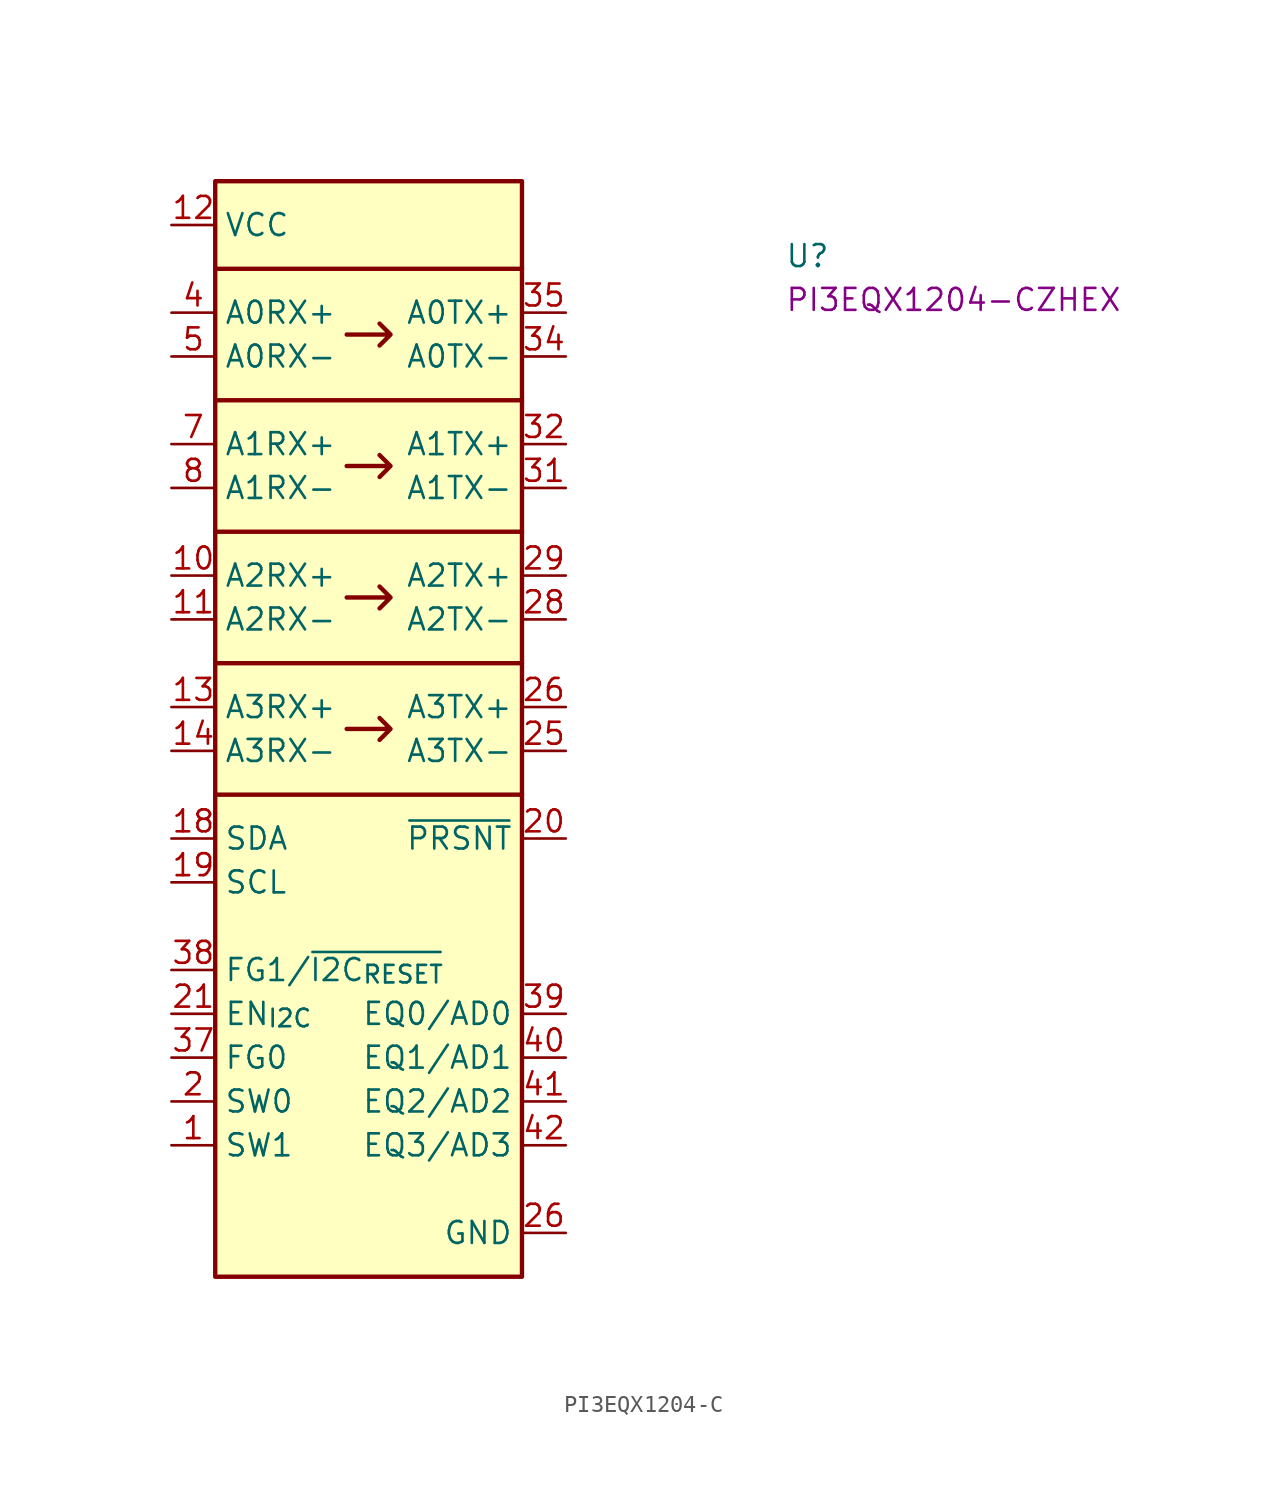
<source format=kicad_sym>
(kicad_symbol_lib
  (version 20220914)
  (generator kicad_symbol_editor)
  (symbol "PI3EQX1204-C"
    (property "Reference" "U"
      (at 35.56 -2.54 0)
      (effects (font (size 1.27 1.27) (thickness 0.15)) (justify left bottom)))
    (property "MPN" "PI3EQX1204-CZHEX"
      (at 35.56 -5.08 0)
      (effects (font (size 1.27 1.27) (thickness 0.15)) (justify left bottom)))
    (symbol "PI3EQX1204-C_1_1"
      (polyline (pts (xy 2.54 -25.4) (xy 20.32 -25.4)) (stroke (width 0.254) (type default)) (fill (type background)))
      (polyline (pts (xy 2.54 -17.78) (xy 20.32 -17.78)) (stroke (width 0.254) (type default)) (fill (type background)))
      (polyline (pts (xy 2.54 -10.16) (xy 20.32 -10.16)) (stroke (width 0.254) (type default)) (fill (type background)))
      (polyline (pts (xy 2.54 -2.54) (xy 20.32 -2.54)) (stroke (width 0.254) (type default)) (fill (type background)))
      (polyline (pts (xy 20.32 -33.02) (xy 2.54 -33.02)) (stroke (width 0.254) (type default)) (fill (type background)))
      (polyline (pts (xy 10.16 -29.21) (xy 12.7 -29.21) (xy 12.065 -28.575) (xy 12.7 -29.21) (xy 12.065 -29.845)) (stroke (width 0.254) (type default)) (fill (type background)))
      (polyline (pts (xy 10.16 -21.59) (xy 12.7 -21.59) (xy 12.065 -20.955) (xy 12.7 -21.59) (xy 12.065 -22.225)) (stroke (width 0.254) (type default)) (fill (type background)))
      (polyline (pts (xy 10.16 -13.97) (xy 12.7 -13.97) (xy 12.065 -13.335) (xy 12.7 -13.97) (xy 12.065 -14.605)) (stroke (width 0.254) (type default)) (fill (type background)))
      (polyline (pts (xy 10.16 -6.35) (xy 12.7 -6.35) (xy 12.065 -5.715) (xy 12.7 -6.35) (xy 12.065 -6.985)) (stroke (width 0.254) (type default)) (fill (type background)))
      (rectangle (start 2.54 2.54) (end 20.32 -60.96) (stroke (width 0.254) (type default)) (fill (type background)))
      (pin input line (at 0 -53.34 0) (length 2.54) (name "SW1" (effects (font (size 1.27 1.27)))) (number "1" (effects (font (size 1.27 1.27)))))
      (pin input line (at 0 -20.32 0) (length 2.54) (name "A2RX+" (effects (font (size 1.27 1.27)))) (number "10" (effects (font (size 1.27 1.27)))))
      (pin input line (at 0 -22.86 0) (length 2.54) (name "A2RX-" (effects (font (size 1.27 1.27)))) (number "11" (effects (font (size 1.27 1.27)))))
      (pin power_in line (at 0 0 0) (length 2.54) (name "VCC" (effects (font (size 1.27 1.27)))) (number "12" (effects (font (size 1.27 1.27)))))
      (pin input line (at 0 -27.94 0) (length 2.54) (name "A3RX+" (effects (font (size 1.27 1.27)))) (number "13" (effects (font (size 1.27 1.27)))))
      (pin input line (at 0 -30.48 0) (length 2.54) (name "A3RX-" (effects (font (size 1.27 1.27)))) (number "14" (effects (font (size 1.27 1.27)))))
      (pin passive line (at 0 0 0) (length 2.54) hide (name "VCC" (effects (font (size 1.27 1.27)))) (number "15" (effects (font (size 1.27 1.27)))))
      (pin no_connect line (at 20.32 -41.91 180) (length 2.54) hide (name "DNC" (effects (font (size 1.27 1.27)))) (number "16" (effects (font (size 1.27 1.27)))))
      (pin no_connect line (at 20.32 -38.1 180) (length 2.54) hide (name "DNC" (effects (font (size 1.27 1.27)))) (number "17" (effects (font (size 1.27 1.27)))))
      (pin open_collector line (at 0 -35.56 0) (length 2.54) (name "SDA" (effects (font (size 1.27 1.27)))) (number "18" (effects (font (size 1.27 1.27)))))
      (pin open_collector line (at 0 -38.1 0) (length 2.54) (name "SCL" (effects (font (size 1.27 1.27)))) (number "19" (effects (font (size 1.27 1.27)))))
      (pin input line (at 0 -50.8 0) (length 2.54) (name "SW0" (effects (font (size 1.27 1.27)))) (number "2" (effects (font (size 1.27 1.27)))))
      (pin input line (at 22.86 -35.56 180) (length 2.54) (name "~{PRSNT}" (effects (font (size 1.27 1.27)))) (number "20" (effects (font (size 1.27 1.27)))))
      (pin input line (at 0 -45.72 0) (length 2.54) (name "EN_{I2C}" (effects (font (size 1.27 1.27)))) (number "21" (effects (font (size 1.27 1.27)))))
      (pin no_connect line (at 20.32 -40.64 180) (length 2.54) hide (name "DNC" (effects (font (size 1.27 1.27)))) (number "22" (effects (font (size 1.27 1.27)))))
      (pin no_connect line (at 20.32 -39.37 180) (length 2.54) hide (name "DNC" (effects (font (size 1.27 1.27)))) (number "23" (effects (font (size 1.27 1.27)))))
      (pin passive line (at 0 0 0) (length 2.54) hide (name "VCC" (effects (font (size 1.27 1.27)))) (number "24" (effects (font (size 1.27 1.27)))))
      (pin output line (at 22.86 -30.48 180) (length 2.54) (name "A3TX-" (effects (font (size 1.27 1.27)))) (number "25" (effects (font (size 1.27 1.27)))))
      (pin input line (at 22.86 -27.94 180) (length 2.54) (name "A3TX+" (effects (font (size 1.27 1.27)))) (number "26" (effects (font (size 1.27 1.27)))))
      (pin power_in line (at 22.86 -58.42 180) (length 2.54) (name "GND" (effects (font (size 1.27 1.27)))) (number "26" (effects (font (size 1.27 1.27)))))
      (pin passive line (at 0 0 0) (length 2.54) hide (name "VCC" (effects (font (size 1.27 1.27)))) (number "27" (effects (font (size 1.27 1.27)))))
      (pin output line (at 22.86 -22.86 180) (length 2.54) (name "A2TX-" (effects (font (size 1.27 1.27)))) (number "28" (effects (font (size 1.27 1.27)))))
      (pin input line (at 22.86 -20.32 180) (length 2.54) (name "A2TX+" (effects (font (size 1.27 1.27)))) (number "29" (effects (font (size 1.27 1.27)))))
      (pin passive line (at 0 0 0) (length 2.54) hide (name "VCC" (effects (font (size 1.27 1.27)))) (number "3" (effects (font (size 1.27 1.27)))))
      (pin passive line (at 0 0 0) (length 2.54) hide (name "VCC" (effects (font (size 1.27 1.27)))) (number "30" (effects (font (size 1.27 1.27)))))
      (pin output line (at 22.86 -15.24 180) (length 2.54) (name "A1TX-" (effects (font (size 1.27 1.27)))) (number "31" (effects (font (size 1.27 1.27)))))
      (pin input line (at 22.86 -12.7 180) (length 2.54) (name "A1TX+" (effects (font (size 1.27 1.27)))) (number "32" (effects (font (size 1.27 1.27)))))
      (pin passive line (at 0 0 0) (length 2.54) hide (name "VCC" (effects (font (size 1.27 1.27)))) (number "33" (effects (font (size 1.27 1.27)))))
      (pin output line (at 22.86 -7.62 180) (length 2.54) (name "A0TX-" (effects (font (size 1.27 1.27)))) (number "34" (effects (font (size 1.27 1.27)))))
      (pin input line (at 22.86 -5.08 180) (length 2.54) (name "A0TX+" (effects (font (size 1.27 1.27)))) (number "35" (effects (font (size 1.27 1.27)))))
      (pin passive line (at 0 0 0) (length 2.54) hide (name "VCC" (effects (font (size 1.27 1.27)))) (number "36" (effects (font (size 1.27 1.27)))))
      (pin passive line (at 0 -48.26 0) (length 2.54) (name "FG0" (effects (font (size 1.27 1.27)))) (number "37" (effects (font (size 1.27 1.27)))))
      (pin passive line (at 0 -43.18 0) (length 2.54) (name "FG1/~{I2C_{RESET}}" (effects (font (size 1.27 1.27)))) (number "38" (effects (font (size 1.27 1.27)))))
      (pin passive line (at 22.86 -45.72 180) (length 2.54) (name "EQ0/AD0" (effects (font (size 1.27 1.27)))) (number "39" (effects (font (size 1.27 1.27)))))
      (pin input line (at 0 -5.08 0) (length 2.54) (name "A0RX+" (effects (font (size 1.27 1.27)))) (number "4" (effects (font (size 1.27 1.27)))))
      (pin passive line (at 22.86 -48.26 180) (length 2.54) (name "EQ1/AD1" (effects (font (size 1.27 1.27)))) (number "40" (effects (font (size 1.27 1.27)))))
      (pin passive line (at 22.86 -50.8 180) (length 2.54) (name "EQ2/AD2" (effects (font (size 1.27 1.27)))) (number "41" (effects (font (size 1.27 1.27)))))
      (pin passive line (at 22.86 -53.34 180) (length 2.54) (name "EQ3/AD3" (effects (font (size 1.27 1.27)))) (number "42" (effects (font (size 1.27 1.27)))))
      (pin input line (at 0 -7.62 0) (length 2.54) (name "A0RX-" (effects (font (size 1.27 1.27)))) (number "5" (effects (font (size 1.27 1.27)))))
      (pin passive line (at 0 0 0) (length 2.54) hide (name "VCC" (effects (font (size 1.27 1.27)))) (number "6" (effects (font (size 1.27 1.27)))))
      (pin input line (at 0 -12.7 0) (length 2.54) (name "A1RX+" (effects (font (size 1.27 1.27)))) (number "7" (effects (font (size 1.27 1.27)))))
      (pin input line (at 0 -15.24 0) (length 2.54) (name "A1RX-" (effects (font (size 1.27 1.27)))) (number "8" (effects (font (size 1.27 1.27)))))
      (pin passive line (at 0 0 0) (length 2.54) hide (name "VCC" (effects (font (size 1.27 1.27)))) (number "9" (effects (font (size 1.27 1.27))))))))
</source>
